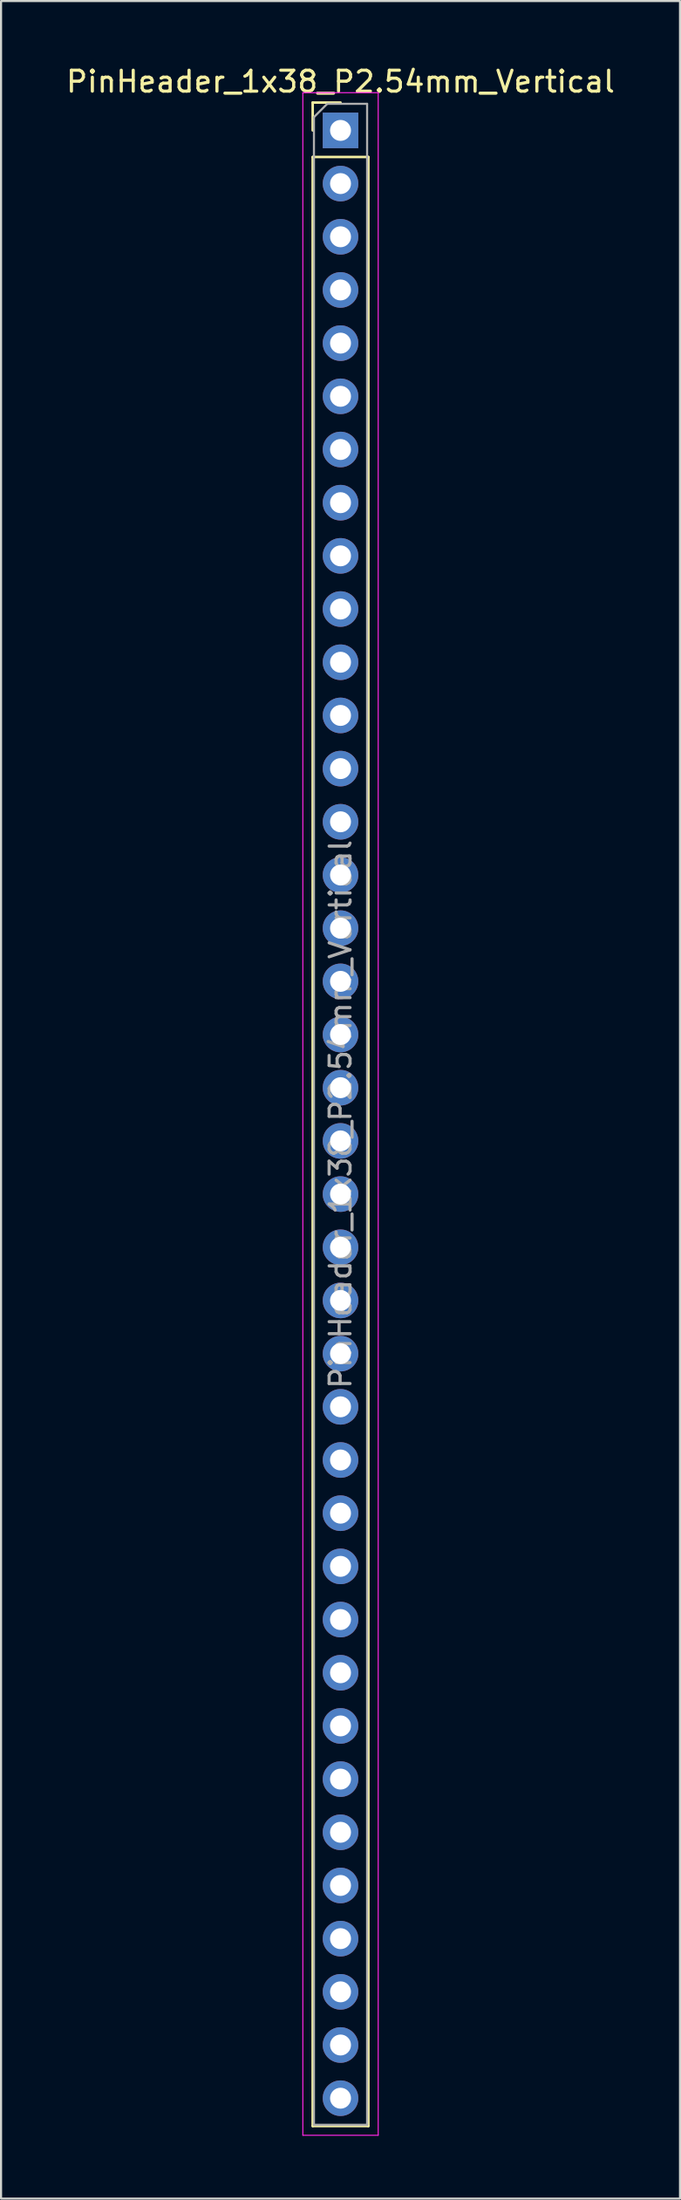
<source format=kicad_pcb>
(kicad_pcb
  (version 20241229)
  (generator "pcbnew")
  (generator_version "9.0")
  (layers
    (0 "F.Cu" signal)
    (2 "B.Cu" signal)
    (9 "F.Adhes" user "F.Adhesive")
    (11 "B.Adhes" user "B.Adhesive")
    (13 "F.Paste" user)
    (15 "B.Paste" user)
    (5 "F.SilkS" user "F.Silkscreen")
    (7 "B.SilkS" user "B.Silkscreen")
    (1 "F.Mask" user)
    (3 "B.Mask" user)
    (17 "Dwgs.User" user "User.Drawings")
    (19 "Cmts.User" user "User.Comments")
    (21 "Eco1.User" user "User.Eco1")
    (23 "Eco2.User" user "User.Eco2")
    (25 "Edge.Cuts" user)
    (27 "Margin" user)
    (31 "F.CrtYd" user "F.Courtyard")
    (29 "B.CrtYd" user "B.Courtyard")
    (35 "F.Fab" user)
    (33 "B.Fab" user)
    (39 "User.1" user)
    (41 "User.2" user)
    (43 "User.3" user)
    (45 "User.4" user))
  (footprint "PinHeader_1x38_P2.54mm_Vertical"
    (layer "F.Cu")
    (at 13.22 3.178)
    (property "Reference" "PinHeader_1x38_P2.54mm_Vertical" (at 0 -2.33 0) (layer "F.SilkS") (effects (font (size 1 1) (thickness 0.15))))
    (attr through_hole)
    (fp_line (start -1.33 -1.33) (end 0 -1.33) (stroke (width 0.12) (type solid)) (layer "F.SilkS"))
    (fp_line (start -1.33 0) (end -1.33 -1.33) (stroke (width 0.12) (type solid)) (layer "F.SilkS"))
    (fp_line (start -1.33 1.27) (end -1.33 95.31) (stroke (width 0.12) (type solid)) (layer "F.SilkS"))
    (fp_line (start -1.33 1.27) (end 1.33 1.27) (stroke (width 0.12) (type solid)) (layer "F.SilkS"))
    (fp_line (start -1.33 95.31) (end 1.33 95.31) (stroke (width 0.12) (type solid)) (layer "F.SilkS"))
    (fp_line (start 1.33 1.27) (end 1.33 95.31) (stroke (width 0.12) (type solid)) (layer "F.SilkS"))
    (fp_line (start -1.8 -1.8) (end -1.8 95.75) (stroke (width 0.05) (type solid)) (layer "F.CrtYd"))
    (fp_line (start -1.8 95.75) (end 1.8 95.75) (stroke (width 0.05) (type solid)) (layer "F.CrtYd"))
    (fp_line (start 1.8 -1.8) (end -1.8 -1.8) (stroke (width 0.05) (type solid)) (layer "F.CrtYd"))
    (fp_line (start 1.8 95.75) (end 1.8 -1.8) (stroke (width 0.05) (type solid)) (layer "F.CrtYd"))
    (fp_line (start -1.27 -0.635) (end -0.635 -1.27) (stroke (width 0.1) (type solid)) (layer "F.Fab"))
    (fp_line (start -1.27 95.25) (end -1.27 -0.635) (stroke (width 0.1) (type solid)) (layer "F.Fab"))
    (fp_line (start -0.635 -1.27) (end 1.27 -1.27) (stroke (width 0.1) (type solid)) (layer "F.Fab"))
    (fp_line (start 1.27 -1.27) (end 1.27 95.25) (stroke (width 0.1) (type solid)) (layer "F.Fab"))
    (fp_line (start 1.27 95.25) (end -1.27 95.25) (stroke (width 0.1) (type solid)) (layer "F.Fab"))
    (fp_text user "${REFERENCE}" (at 0 46.99 90) (layer "F.Fab") (effects (font (size 1 1) (thickness 0.15))))
    (pad "1" thru_hole rect (at 0 0) (size 1.7 1.7) (drill 1) (layers "*.Cu" "*.Mask"))
    (pad "2" thru_hole oval (at 0 2.54) (size 1.7 1.7) (drill 1) (layers "*.Cu" "*.Mask"))
    (pad "3" thru_hole oval (at 0 5.08) (size 1.7 1.7) (drill 1) (layers "*.Cu" "*.Mask"))
    (pad "4" thru_hole oval (at 0 7.62) (size 1.7 1.7) (drill 1) (layers "*.Cu" "*.Mask"))
    (pad "5" thru_hole oval (at 0 10.16) (size 1.7 1.7) (drill 1) (layers "*.Cu" "*.Mask"))
    (pad "6" thru_hole oval (at 0 12.7) (size 1.7 1.7) (drill 1) (layers "*.Cu" "*.Mask"))
    (pad "7" thru_hole oval (at 0 15.24) (size 1.7 1.7) (drill 1) (layers "*.Cu" "*.Mask"))
    (pad "8" thru_hole oval (at 0 17.78) (size 1.7 1.7) (drill 1) (layers "*.Cu" "*.Mask"))
    (pad "9" thru_hole oval (at 0 20.32) (size 1.7 1.7) (drill 1) (layers "*.Cu" "*.Mask"))
    (pad "10" thru_hole oval (at 0 22.86) (size 1.7 1.7) (drill 1) (layers "*.Cu" "*.Mask"))
    (pad "11" thru_hole oval (at 0 25.4) (size 1.7 1.7) (drill 1) (layers "*.Cu" "*.Mask"))
    (pad "12" thru_hole oval (at 0 27.94) (size 1.7 1.7) (drill 1) (layers "*.Cu" "*.Mask"))
    (pad "13" thru_hole oval (at 0 30.48) (size 1.7 1.7) (drill 1) (layers "*.Cu" "*.Mask"))
    (pad "14" thru_hole oval (at 0 33.02) (size 1.7 1.7) (drill 1) (layers "*.Cu" "*.Mask"))
    (pad "15" thru_hole oval (at 0 35.56) (size 1.7 1.7) (drill 1) (layers "*.Cu" "*.Mask"))
    (pad "16" thru_hole oval (at 0 38.1) (size 1.7 1.7) (drill 1) (layers "*.Cu" "*.Mask"))
    (pad "17" thru_hole oval (at 0 40.64) (size 1.7 1.7) (drill 1) (layers "*.Cu" "*.Mask"))
    (pad "18" thru_hole oval (at 0 43.18) (size 1.7 1.7) (drill 1) (layers "*.Cu" "*.Mask"))
    (pad "19" thru_hole oval (at 0 45.72) (size 1.7 1.7) (drill 1) (layers "*.Cu" "*.Mask"))
    (pad "20" thru_hole oval (at 0 48.26) (size 1.7 1.7) (drill 1) (layers "*.Cu" "*.Mask"))
    (pad "21" thru_hole oval (at 0 50.8) (size 1.7 1.7) (drill 1) (layers "*.Cu" "*.Mask"))
    (pad "22" thru_hole oval (at 0 53.34) (size 1.7 1.7) (drill 1) (layers "*.Cu" "*.Mask"))
    (pad "23" thru_hole oval (at 0 55.88) (size 1.7 1.7) (drill 1) (layers "*.Cu" "*.Mask"))
    (pad "24" thru_hole oval (at 0 58.42) (size 1.7 1.7) (drill 1) (layers "*.Cu" "*.Mask"))
    (pad "25" thru_hole oval (at 0 60.96) (size 1.7 1.7) (drill 1) (layers "*.Cu" "*.Mask"))
    (pad "26" thru_hole oval (at 0 63.5) (size 1.7 1.7) (drill 1) (layers "*.Cu" "*.Mask"))
    (pad "27" thru_hole oval (at 0 66.04) (size 1.7 1.7) (drill 1) (layers "*.Cu" "*.Mask"))
    (pad "28" thru_hole oval (at 0 68.58) (size 1.7 1.7) (drill 1) (layers "*.Cu" "*.Mask"))
    (pad "29" thru_hole oval (at 0 71.12) (size 1.7 1.7) (drill 1) (layers "*.Cu" "*.Mask"))
    (pad "30" thru_hole oval (at 0 73.66) (size 1.7 1.7) (drill 1) (layers "*.Cu" "*.Mask"))
    (pad "31" thru_hole oval (at 0 76.2) (size 1.7 1.7) (drill 1) (layers "*.Cu" "*.Mask"))
    (pad "32" thru_hole oval (at 0 78.74) (size 1.7 1.7) (drill 1) (layers "*.Cu" "*.Mask"))
    (pad "33" thru_hole oval (at 0 81.28) (size 1.7 1.7) (drill 1) (layers "*.Cu" "*.Mask"))
    (pad "34" thru_hole oval (at 0 83.82) (size 1.7 1.7) (drill 1) (layers "*.Cu" "*.Mask"))
    (pad "35" thru_hole oval (at 0 86.36) (size 1.7 1.7) (drill 1) (layers "*.Cu" "*.Mask"))
    (pad "36" thru_hole oval (at 0 88.9) (size 1.7 1.7) (drill 1) (layers "*.Cu" "*.Mask"))
    (pad "37" thru_hole oval (at 0 91.44) (size 1.7 1.7) (drill 1) (layers "*.Cu" "*.Mask"))
    (pad "38" thru_hole oval (at 0 93.98) (size 1.7 1.7) (drill 1) (layers "*.Cu" "*.Mask")))
  (gr_rect
    (start -3 -3)
    (end 29.44 101.953)
    (stroke (width 0.1) (type default))
    (fill no)
    (layer "Edge.Cuts")))
</source>
